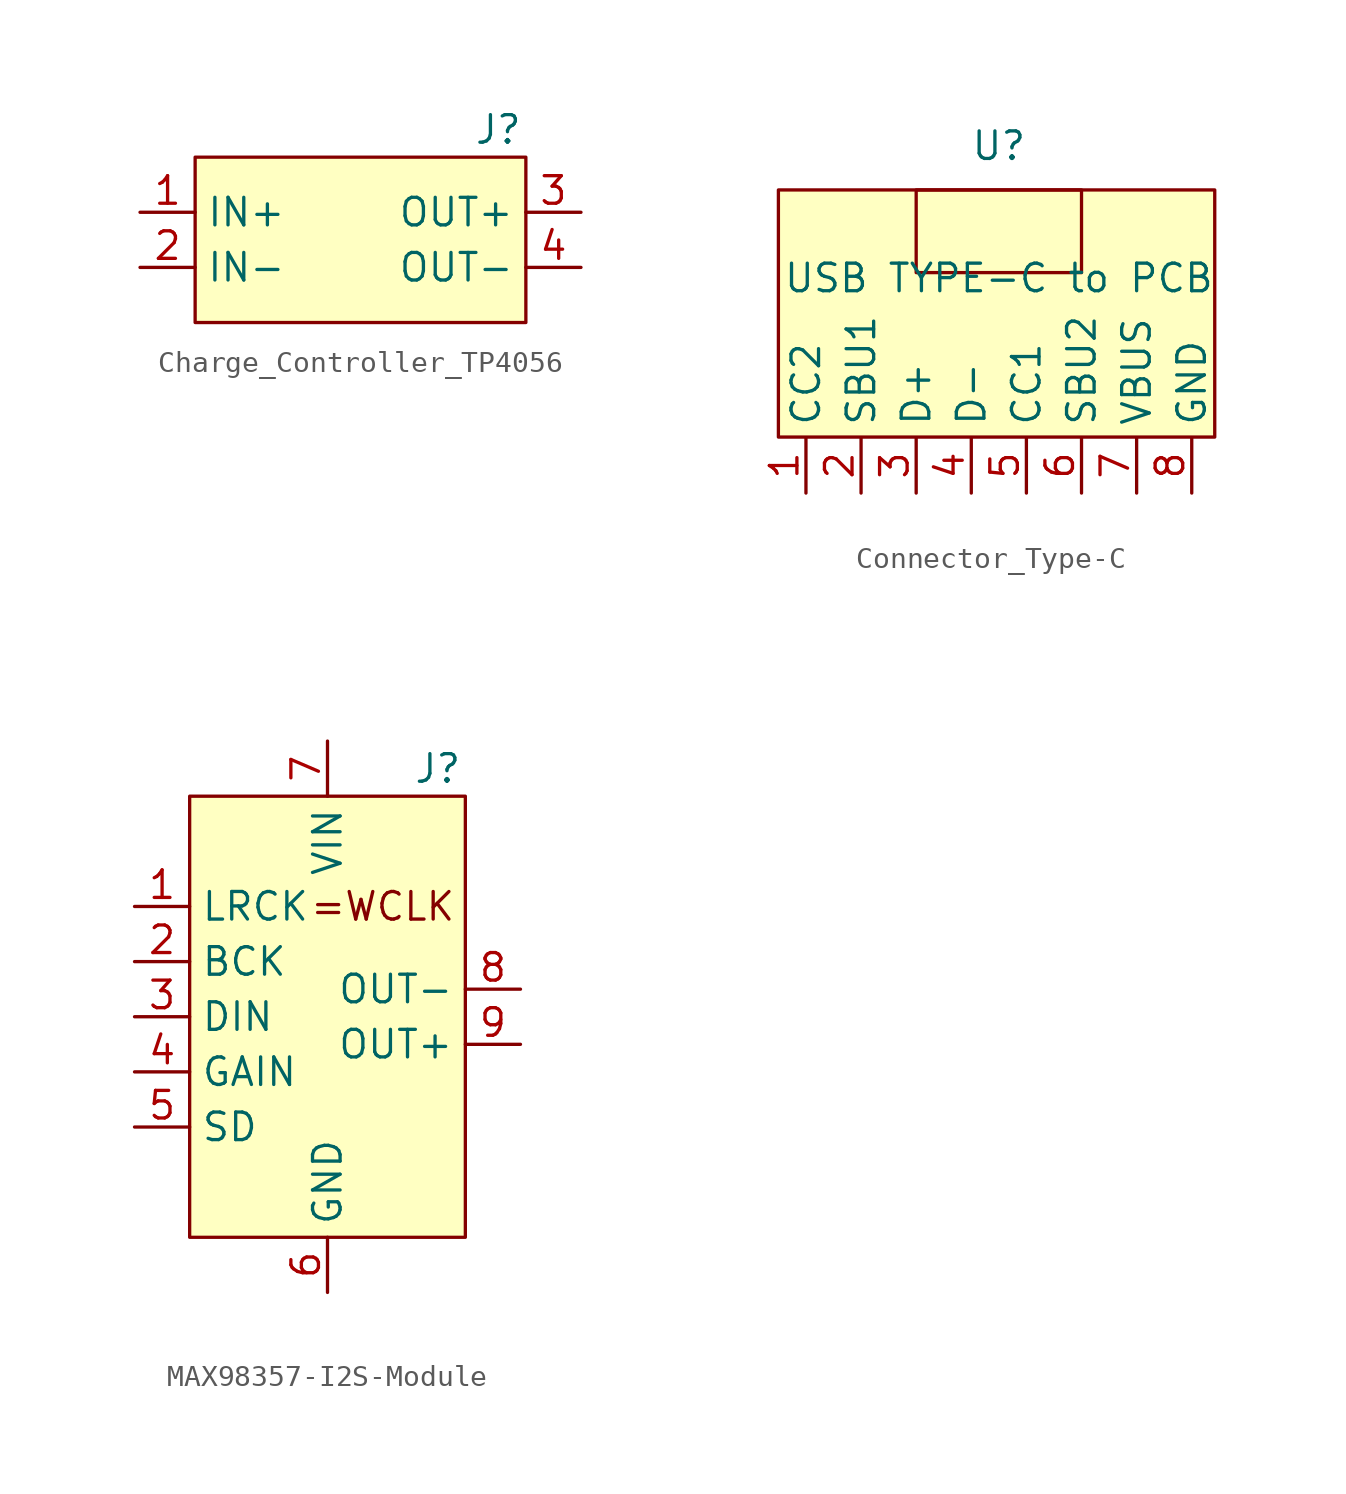
<source format=kicad_sym>
(kicad_symbol_lib
  (version 20231120)
  (generator "kicad_symbol_editor")
  (generator_version "8.0")
  (symbol "Charge_Controller_TP4056"
    (property "Reference" "J"
      (at 13.97 1.27 0)
      (effects (font (size 1.27 1.27))))
    (property "Value" ""
      (at 0 0 0)
      (effects (font (size 1.27 1.27))))
    (symbol "Charge_Controller_TP4056_1_1"
      (rectangle (start 0 0) (end 15.24 -7.62) (stroke (width 0) (type default)) (fill (type background)))
      (pin power_in line (at -2.54 -2.54 0) (length 2.54) (name "IN+" (effects (font (size 1.27 1.27)))) (number "1" (effects (font (size 1.27 1.27)))))
      (pin power_in line (at -2.54 -5.08 0) (length 2.54) (name "IN-" (effects (font (size 1.27 1.27)))) (number "2" (effects (font (size 1.27 1.27)))))
      (pin power_out line (at 17.78 -2.54 180) (length 2.54) (name "OUT+" (effects (font (size 1.27 1.27)))) (number "3" (effects (font (size 1.27 1.27)))))
      (pin passive line (at 17.78 -5.08 180) (length 2.54) (name "OUT-" (effects (font (size 1.27 1.27)))) (number "4" (effects (font (size 1.27 1.27)))))))
  (symbol "Connector_Type-C"
    (property "Reference" "U"
      (at 0 8.382 0)
      (effects (font (size 1.27 1.27))))
    (property "Value" "USB TYPE-C to PCB"
      (at 0 2.286 0)
      (effects (font (size 1.27 1.27))))
    (symbol "Connector_Type-C_0_1"
      (rectangle (start -3.81 6.35) (end 3.81 2.54) (stroke (width 0) (type default)) (fill (type none))))
    (symbol "Connector_Type-C_1_1"
      (rectangle (start -10.16 6.35) (end 9.95 -5.039) (stroke (width 0) (type default)) (fill (type background)))
      (pin bidirectional line (at -8.89 -7.62 90) (length 2.54) (name "CC2" (effects (font (size 1.27 1.27)))) (number "1" (effects (font (size 1.27 1.27)))))
      (pin bidirectional line (at -6.35 -7.62 90) (length 2.54) (name "SBU1" (effects (font (size 1.27 1.27)))) (number "2" (effects (font (size 1.27 1.27)))))
      (pin bidirectional line (at -3.81 -7.62 90) (length 2.54) (name "D+" (effects (font (size 1.27 1.27)))) (number "3" (effects (font (size 1.27 1.27)))))
      (pin bidirectional line (at -1.27 -7.62 90) (length 2.54) (name "D-" (effects (font (size 1.27 1.27)))) (number "4" (effects (font (size 1.27 1.27)))))
      (pin bidirectional line (at 1.27 -7.62 90) (length 2.54) (name "CC1" (effects (font (size 1.27 1.27)))) (number "5" (effects (font (size 1.27 1.27)))))
      (pin bidirectional line (at 3.81 -7.62 90) (length 2.54) (name "SBU2" (effects (font (size 1.27 1.27)))) (number "6" (effects (font (size 1.27 1.27)))))
      (pin power_in line (at 6.35 -7.62 90) (length 2.54) (name "VBUS" (effects (font (size 1.27 1.27)))) (number "7" (effects (font (size 1.27 1.27)))))
      (pin power_in line (at 8.89 -7.62 90) (length 2.54) (name "GND" (effects (font (size 1.27 1.27)))) (number "8" (effects (font (size 1.27 1.27)))))))
  (symbol "MAX98357-I2S-Module"
    (property "Reference" "J"
      (at 5.08 11.43 0)
      (effects (font (size 1.27 1.27))))
    (property "Value" ""
      (at -6.35 8.89 0)
      (effects (font (size 1.27 1.27))))
    (symbol "MAX98357-I2S-Module_1_1"
      (rectangle (start -6.35 10.16) (end 6.35 -10.16) (stroke (width 0) (type default)) (fill (type background)))
      (text "=WCLK" (at 2.54 5.08 0) (effects (font (size 1.27 1.27))))
      (pin input line (at -8.89 5.08 0) (length 2.54) (name "LRCK" (effects (font (size 1.27 1.27)))) (number "1" (effects (font (size 1.27 1.27)))))
      (pin input line (at -8.89 2.54 0) (length 2.54) (name "BCK" (effects (font (size 1.27 1.27)))) (number "2" (effects (font (size 1.27 1.27)))))
      (pin input line (at -8.89 0 0) (length 2.54) (name "DIN" (effects (font (size 1.27 1.27)))) (number "3" (effects (font (size 1.27 1.27)))))
      (pin input line (at -8.89 -2.54 0) (length 2.54) (name "GAIN" (effects (font (size 1.27 1.27)))) (number "4" (effects (font (size 1.27 1.27)))))
      (pin input line (at -8.89 -5.08 0) (length 2.54) (name "SD" (effects (font (size 1.27 1.27)))) (number "5" (effects (font (size 1.27 1.27)))))
      (pin power_in line (at 0 -12.7 90) (length 2.54) (name "GND" (effects (font (size 1.27 1.27)))) (number "6" (effects (font (size 1.27 1.27)))))
      (pin power_in line (at 0 12.7 270) (length 2.54) (name "VIN" (effects (font (size 1.27 1.27)))) (number "7" (effects (font (size 1.27 1.27)))))
      (pin output line (at 8.89 1.27 180) (length 2.54) (name "OUT-" (effects (font (size 1.27 1.27)))) (number "8" (effects (font (size 1.27 1.27)))))
      (pin output line (at 8.89 -1.27 180) (length 2.54) (name "OUT+" (effects (font (size 1.27 1.27)))) (number "9" (effects (font (size 1.27 1.27))))))))
</source>
